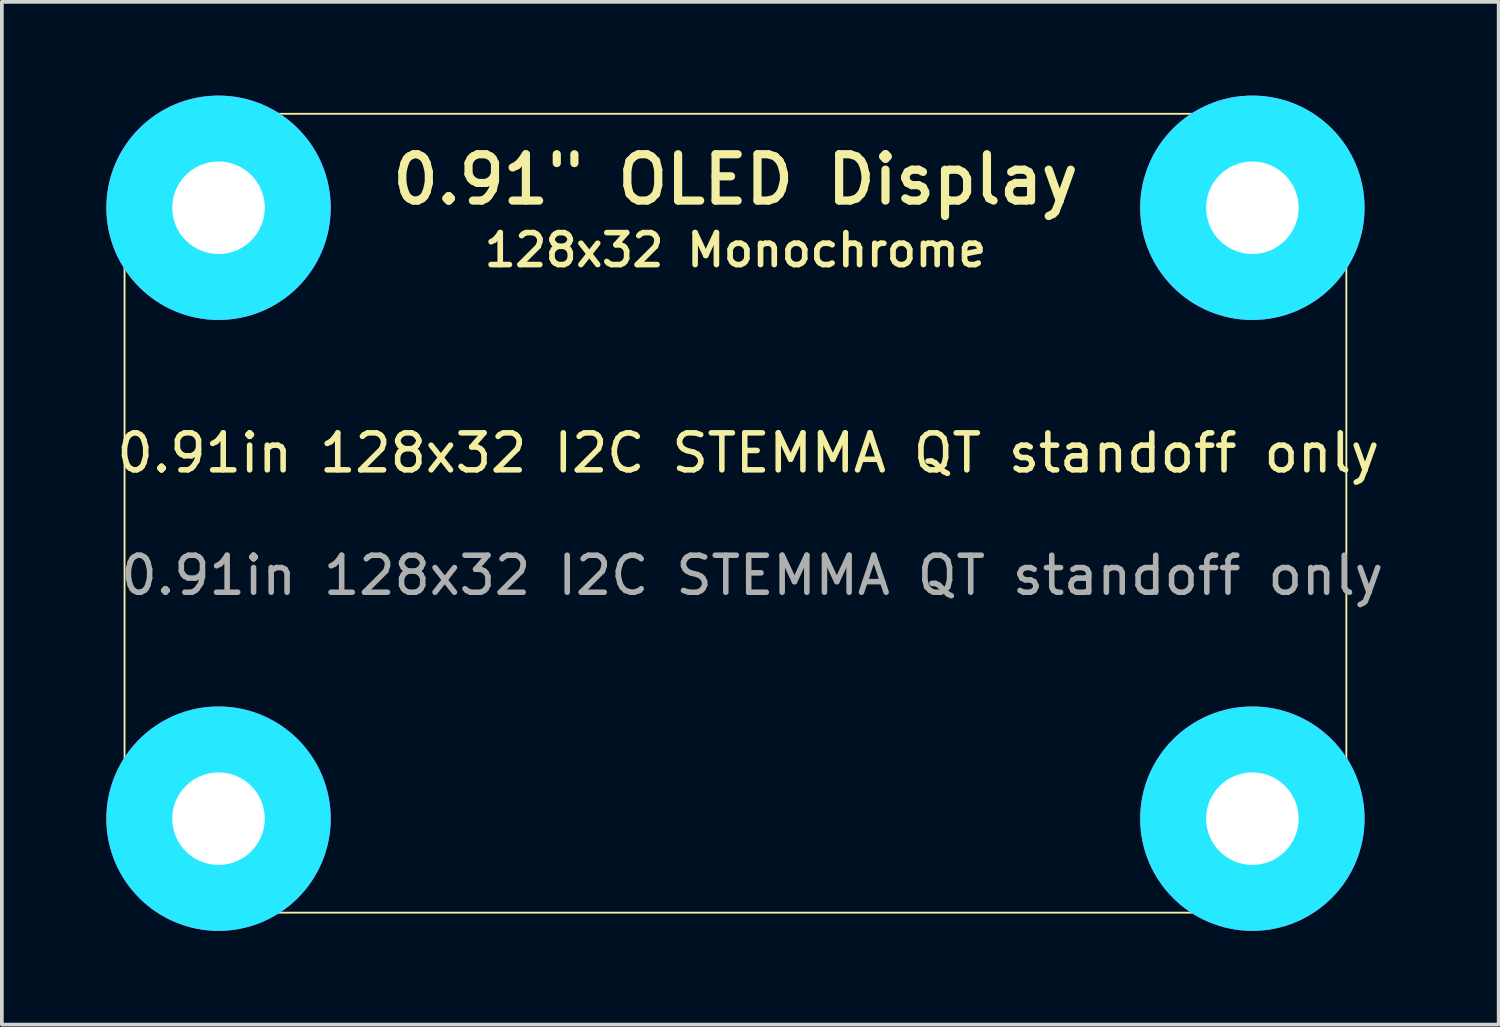
<source format=kicad_pcb>
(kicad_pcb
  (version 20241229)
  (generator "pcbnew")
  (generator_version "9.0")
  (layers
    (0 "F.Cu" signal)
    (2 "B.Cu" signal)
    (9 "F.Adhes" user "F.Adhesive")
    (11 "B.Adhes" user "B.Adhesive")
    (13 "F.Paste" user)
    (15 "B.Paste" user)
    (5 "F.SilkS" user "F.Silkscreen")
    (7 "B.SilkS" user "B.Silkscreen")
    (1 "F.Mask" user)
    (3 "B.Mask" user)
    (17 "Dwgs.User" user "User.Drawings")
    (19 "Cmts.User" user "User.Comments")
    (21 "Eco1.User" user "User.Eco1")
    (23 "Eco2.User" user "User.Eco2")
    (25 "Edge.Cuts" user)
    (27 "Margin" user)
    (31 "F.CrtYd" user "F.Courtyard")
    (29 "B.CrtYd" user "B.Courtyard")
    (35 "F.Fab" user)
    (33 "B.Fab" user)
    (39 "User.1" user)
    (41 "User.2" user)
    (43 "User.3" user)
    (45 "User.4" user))
  (footprint "0.91in 128x32 I2C STEMMA QT standoff only"
    (layer "F.Cu")
    (at 16.826 10.82)
    (property "Reference" "0.91in 128x32 I2C STEMMA QT standoff only" (at 0.347 -1.627 0) (unlocked yes) (layer "F.SilkS") (effects (font (size 1 1) (thickness 0.15))))
    (attr smd)
    (fp_line (start -16.51 -8.255) (end -16.51 8.255) (stroke (width 0.05) (type solid)) (layer "F.SilkS"))
    (fp_line (start -13.97 10.795) (end 13.97 10.795) (stroke (width 0.05) (type solid)) (layer "F.SilkS"))
    (fp_line (start 13.97 -10.795) (end -13.97 -10.795) (stroke (width 0.05) (type solid)) (layer "F.SilkS"))
    (fp_line (start 16.51 8.255) (end 16.51 -8.255) (stroke (width 0.05) (type solid)) (layer "F.SilkS"))
    (fp_arc (start -16.51 -8.255) (mid -15.766051 -10.051051) (end -13.97 -10.795) (stroke (width 0.05) (type solid)) (layer "F.SilkS"))
    (fp_arc (start -13.97 10.795) (mid -15.766051 10.051051) (end -16.51 8.255) (stroke (width 0.05) (type solid)) (layer "F.SilkS"))
    (fp_arc (start 13.97 -10.795) (mid 15.766051 -10.051051) (end 16.51 -8.255) (stroke (width 0.05) (type solid)) (layer "F.SilkS"))
    (fp_arc (start 16.51 8.255) (mid 15.766051 10.051051) (end 13.97 10.795) (stroke (width 0.05) (type solid)) (layer "F.SilkS"))
    (fp_circle (center -13.97 -8.255) (end -15.97 -8.255) (stroke (width 0.203) (type solid)) (fill no) (layer "F.SilkS"))
    (fp_circle (center -13.97 8.255) (end -15.97 8.255) (stroke (width 0.203) (type solid)) (fill no) (layer "F.SilkS"))
    (fp_circle (center 13.97 -8.255) (end 11.97 -8.255) (stroke (width 0.203) (type solid)) (fill no) (layer "F.SilkS"))
    (fp_circle (center 13.97 8.255) (end 11.97 8.255) (stroke (width 0.203) (type solid)) (fill no) (layer "F.SilkS"))
    (fp_circle (center -13.97 -8.255) (end -14.97 -8.255) (stroke (width 2.032) (type solid)) (fill no) (layer "B.CrtYd"))
    (fp_circle (center -13.97 8.255) (end -14.97 8.255) (stroke (width 2.032) (type solid)) (fill no) (layer "B.CrtYd"))
    (fp_circle (center 13.97 -8.255) (end 12.97 -8.255) (stroke (width 2.032) (type solid)) (fill no) (layer "B.CrtYd"))
    (fp_circle (center 13.97 8.255) (end 12.97 8.255) (stroke (width 2.032) (type solid)) (fill no) (layer "B.CrtYd"))
    (fp_circle (center -13.97 -8.255) (end -14.97 -8.255) (stroke (width 2.032) (type solid)) (fill no) (layer "F.CrtYd"))
    (fp_circle (center -13.97 8.255) (end -14.97 8.255) (stroke (width 2.032) (type solid)) (fill no) (layer "F.CrtYd"))
    (fp_circle (center 13.97 -8.255) (end 12.97 -8.255) (stroke (width 2.032) (type solid)) (fill no) (layer "F.CrtYd"))
    (fp_circle (center 13.97 8.255) (end 12.97 8.255) (stroke (width 2.032) (type solid)) (fill no) (layer "F.CrtYd"))
    (fp_text user "0.91\" OLED Display" (at 0 -9.017 0) (layer "F.SilkS") (effects (font (size 1.252 1.252) (thickness 0.221))))
    (fp_text user "128x32 Monochrome" (at 0 -7.112 0) (layer "F.SilkS") (effects (font (size 0.864 0.864) (thickness 0.152))))
    (fp_text user "${REFERENCE}" (at 0.453 1.68 0) (unlocked yes) (layer "F.Fab") (effects (font (size 1 1) (thickness 0.15))))
    (pad "P$1" thru_hole circle (at -13.97 -8.255 180) (size 3.2 3.2) (drill 2.5) (layers "*.Cu" "*.Mask"))
    (pad "P$1" thru_hole circle (at -13.97 8.255 180) (size 3.2 3.2) (drill 2.5) (layers "*.Cu" "*.Mask"))
    (pad "P$1" thru_hole circle (at 13.97 -8.255 180) (size 3.2 3.2) (drill 2.5) (layers "*.Cu" "*.Mask"))
    (pad "P$1" thru_hole circle (at 13.97 8.255 180) (size 3.2 3.2) (drill 2.5) (layers "*.Cu" "*.Mask"))
    (zone (net_name "") (layer "F.Cu") (hatch edge 0.508) (connect_pads) (min_thickness 0.254) (filled_areas_thickness no) (keepout (tracks not_allowed) (vias not_allowed) (pads not_allowed) (copperpour not_allowed) (footprints allowed)) (placement (enabled no)) (fill) (polygon (pts (xy 0.84 2.565) (xy 0.871 2.915) (xy 0.961 3.255) (xy 1.11 3.573) (xy 1.312 3.861) (xy 1.56 4.109) (xy 1.848 4.311) (xy 2.166 4.459) (xy 2.506 4.55) (xy 2.856 4.581) (xy 3.206 4.55) (xy 3.545 4.459) (xy 3.864 4.311) (xy 4.152 4.109) (xy 4.4 3.861) (xy 4.602 3.573) (xy 4.75 3.255) (xy 4.841 2.915) (xy 4.872 2.565) (xy 4.841 2.215) (xy 4.75 1.875) (xy 4.602 1.557) (xy 4.4 1.269) (xy 4.152 1.021) (xy 3.864 0.819) (xy 3.545 0.671) (xy 3.206 0.58) (xy 2.856 0.549) (xy 2.506 0.58) (xy 2.166 0.671) (xy 1.848 0.819) (xy 1.56 1.021) (xy 1.312 1.269) (xy 1.11 1.557) (xy 0.961 1.875) (xy 0.871 2.215))) (polygon (pts (xy 2.872 2.565) (xy 2.872 2.562) (xy 2.871 2.56) (xy 2.87 2.557) (xy 2.868 2.555) (xy 2.866 2.553) (xy 2.864 2.551) (xy 2.861 2.55) (xy 2.859 2.549) (xy 2.856 2.549) (xy 2.853 2.549) (xy 2.85 2.55) (xy 2.848 2.551) (xy 2.846 2.553) (xy 2.844 2.555) (xy 2.842 2.557) (xy 2.841 2.56) (xy 2.84 2.562) (xy 2.84 2.565) (xy 2.84 2.568) (xy 2.841 2.57) (xy 2.842 2.573) (xy 2.844 2.575) (xy 2.846 2.577) (xy 2.848 2.579) (xy 2.85 2.58) (xy 2.853 2.581) (xy 2.856 2.581) (xy 2.859 2.581) (xy 2.861 2.58) (xy 2.864 2.579) (xy 2.866 2.577) (xy 2.868 2.575) (xy 2.87 2.573) (xy 2.871 2.57) (xy 2.872 2.568))))
    (zone (net_name "") (layer "F.Cu") (hatch edge 0.508) (connect_pads) (min_thickness 0.254) (filled_areas_thickness no) (keepout (tracks not_allowed) (vias not_allowed) (pads not_allowed) (copperpour not_allowed) (footprints allowed)) (placement (enabled no)) (fill) (polygon (pts (xy 0.84 19.075) (xy 0.871 19.425) (xy 0.961 19.765) (xy 1.11 20.083) (xy 1.312 20.371) (xy 1.56 20.619) (xy 1.848 20.821) (xy 2.166 20.969) (xy 2.506 21.06) (xy 2.856 21.091) (xy 3.206 21.06) (xy 3.545 20.969) (xy 3.864 20.821) (xy 4.152 20.619) (xy 4.4 20.371) (xy 4.602 20.083) (xy 4.75 19.765) (xy 4.841 19.425) (xy 4.872 19.075) (xy 4.841 18.725) (xy 4.75 18.385) (xy 4.602 18.067) (xy 4.4 17.779) (xy 4.152 17.531) (xy 3.864 17.329) (xy 3.545 17.181) (xy 3.206 17.09) (xy 2.856 17.059) (xy 2.506 17.09) (xy 2.166 17.181) (xy 1.848 17.329) (xy 1.56 17.531) (xy 1.312 17.779) (xy 1.11 18.067) (xy 0.961 18.385) (xy 0.871 18.725))) (polygon (pts (xy 2.872 19.075) (xy 2.872 19.072) (xy 2.871 19.07) (xy 2.87 19.067) (xy 2.868 19.065) (xy 2.866 19.063) (xy 2.864 19.061) (xy 2.861 19.06) (xy 2.859 19.059) (xy 2.856 19.059) (xy 2.853 19.059) (xy 2.85 19.06) (xy 2.848 19.061) (xy 2.846 19.063) (xy 2.844 19.065) (xy 2.842 19.067) (xy 2.841 19.07) (xy 2.84 19.072) (xy 2.84 19.075) (xy 2.84 19.078) (xy 2.841 19.08) (xy 2.842 19.083) (xy 2.844 19.085) (xy 2.846 19.087) (xy 2.848 19.089) (xy 2.85 19.09) (xy 2.853 19.091) (xy 2.856 19.091) (xy 2.859 19.091) (xy 2.861 19.09) (xy 2.864 19.089) (xy 2.866 19.087) (xy 2.868 19.085) (xy 2.87 19.083) (xy 2.871 19.08) (xy 2.872 19.078))))
    (zone (net_name "") (layer "F.Cu") (hatch edge 0.508) (connect_pads) (min_thickness 0.254) (filled_areas_thickness no) (keepout (tracks not_allowed) (vias not_allowed) (pads not_allowed) (copperpour not_allowed) (footprints allowed)) (placement (enabled no)) (fill) (polygon (pts (xy 28.78 2.565) (xy 28.811 2.915) (xy 28.901 3.255) (xy 29.05 3.573) (xy 29.252 3.861) (xy 29.5 4.109) (xy 29.788 4.311) (xy 30.106 4.459) (xy 30.446 4.55) (xy 30.796 4.581) (xy 31.146 4.55) (xy 31.485 4.459) (xy 31.804 4.311) (xy 32.092 4.109) (xy 32.34 3.861) (xy 32.542 3.573) (xy 32.69 3.255) (xy 32.781 2.915) (xy 32.812 2.565) (xy 32.781 2.215) (xy 32.69 1.875) (xy 32.542 1.557) (xy 32.34 1.269) (xy 32.092 1.021) (xy 31.804 0.819) (xy 31.485 0.671) (xy 31.146 0.58) (xy 30.796 0.549) (xy 30.446 0.58) (xy 30.106 0.671) (xy 29.788 0.819) (xy 29.5 1.021) (xy 29.252 1.269) (xy 29.05 1.557) (xy 28.901 1.875) (xy 28.811 2.215))) (polygon (pts (xy 30.812 2.565) (xy 30.812 2.562) (xy 30.811 2.56) (xy 30.81 2.557) (xy 30.808 2.555) (xy 30.806 2.553) (xy 30.804 2.551) (xy 30.801 2.55) (xy 30.799 2.549) (xy 30.796 2.549) (xy 30.793 2.549) (xy 30.79 2.55) (xy 30.788 2.551) (xy 30.786 2.553) (xy 30.784 2.555) (xy 30.782 2.557) (xy 30.781 2.56) (xy 30.78 2.562) (xy 30.78 2.565) (xy 30.78 2.568) (xy 30.781 2.57) (xy 30.782 2.573) (xy 30.784 2.575) (xy 30.786 2.577) (xy 30.788 2.579) (xy 30.79 2.58) (xy 30.793 2.581) (xy 30.796 2.581) (xy 30.799 2.581) (xy 30.801 2.58) (xy 30.804 2.579) (xy 30.806 2.577) (xy 30.808 2.575) (xy 30.81 2.573) (xy 30.811 2.57) (xy 30.812 2.568))))
    (zone (net_name "") (layer "F.Cu") (hatch edge 0.508) (connect_pads) (min_thickness 0.254) (filled_areas_thickness no) (keepout (tracks not_allowed) (vias not_allowed) (pads not_allowed) (copperpour not_allowed) (footprints allowed)) (placement (enabled no)) (fill) (polygon (pts (xy 28.78 19.075) (xy 28.811 19.425) (xy 28.901 19.765) (xy 29.05 20.083) (xy 29.252 20.371) (xy 29.5 20.619) (xy 29.788 20.821) (xy 30.106 20.969) (xy 30.446 21.06) (xy 30.796 21.091) (xy 31.146 21.06) (xy 31.485 20.969) (xy 31.804 20.821) (xy 32.092 20.619) (xy 32.34 20.371) (xy 32.542 20.083) (xy 32.69 19.765) (xy 32.781 19.425) (xy 32.812 19.075) (xy 32.781 18.725) (xy 32.69 18.385) (xy 32.542 18.067) (xy 32.34 17.779) (xy 32.092 17.531) (xy 31.804 17.329) (xy 31.485 17.181) (xy 31.146 17.09) (xy 30.796 17.059) (xy 30.446 17.09) (xy 30.106 17.181) (xy 29.788 17.329) (xy 29.5 17.531) (xy 29.252 17.779) (xy 29.05 18.067) (xy 28.901 18.385) (xy 28.811 18.725))) (polygon (pts (xy 30.812 19.075) (xy 30.812 19.072) (xy 30.811 19.07) (xy 30.81 19.067) (xy 30.808 19.065) (xy 30.806 19.063) (xy 30.804 19.061) (xy 30.801 19.06) (xy 30.799 19.059) (xy 30.796 19.059) (xy 30.793 19.059) (xy 30.79 19.06) (xy 30.788 19.061) (xy 30.786 19.063) (xy 30.784 19.065) (xy 30.782 19.067) (xy 30.781 19.07) (xy 30.78 19.072) (xy 30.78 19.075) (xy 30.78 19.078) (xy 30.781 19.08) (xy 30.782 19.083) (xy 30.784 19.085) (xy 30.786 19.087) (xy 30.788 19.089) (xy 30.79 19.09) (xy 30.793 19.091) (xy 30.796 19.091) (xy 30.799 19.091) (xy 30.801 19.09) (xy 30.804 19.089) (xy 30.806 19.087) (xy 30.808 19.085) (xy 30.81 19.083) (xy 30.811 19.08) (xy 30.812 19.078))))
    (zone (net_name "") (layer "B.Cu") (hatch edge 0.508) (connect_pads) (min_thickness 0.254) (filled_areas_thickness no) (keepout (tracks not_allowed) (vias not_allowed) (pads not_allowed) (copperpour not_allowed) (footprints allowed)) (placement (enabled no)) (fill) (polygon (pts (xy 0.84 2.565) (xy 0.871 2.915) (xy 0.961 3.255) (xy 1.11 3.573) (xy 1.312 3.861) (xy 1.56 4.109) (xy 1.848 4.311) (xy 2.166 4.459) (xy 2.506 4.55) (xy 2.856 4.581) (xy 3.206 4.55) (xy 3.545 4.459) (xy 3.864 4.311) (xy 4.152 4.109) (xy 4.4 3.861) (xy 4.602 3.573) (xy 4.75 3.255) (xy 4.841 2.915) (xy 4.872 2.565) (xy 4.841 2.215) (xy 4.75 1.875) (xy 4.602 1.557) (xy 4.4 1.269) (xy 4.152 1.021) (xy 3.864 0.819) (xy 3.545 0.671) (xy 3.206 0.58) (xy 2.856 0.549) (xy 2.506 0.58) (xy 2.166 0.671) (xy 1.848 0.819) (xy 1.56 1.021) (xy 1.312 1.269) (xy 1.11 1.557) (xy 0.961 1.875) (xy 0.871 2.215))) (polygon (pts (xy 2.872 2.565) (xy 2.872 2.562) (xy 2.871 2.56) (xy 2.87 2.557) (xy 2.868 2.555) (xy 2.866 2.553) (xy 2.864 2.551) (xy 2.861 2.55) (xy 2.859 2.549) (xy 2.856 2.549) (xy 2.853 2.549) (xy 2.85 2.55) (xy 2.848 2.551) (xy 2.846 2.553) (xy 2.844 2.555) (xy 2.842 2.557) (xy 2.841 2.56) (xy 2.84 2.562) (xy 2.84 2.565) (xy 2.84 2.568) (xy 2.841 2.57) (xy 2.842 2.573) (xy 2.844 2.575) (xy 2.846 2.577) (xy 2.848 2.579) (xy 2.85 2.58) (xy 2.853 2.581) (xy 2.856 2.581) (xy 2.859 2.581) (xy 2.861 2.58) (xy 2.864 2.579) (xy 2.866 2.577) (xy 2.868 2.575) (xy 2.87 2.573) (xy 2.871 2.57) (xy 2.872 2.568))))
    (zone (net_name "") (layer "B.Cu") (hatch edge 0.508) (connect_pads) (min_thickness 0.254) (filled_areas_thickness no) (keepout (tracks not_allowed) (vias not_allowed) (pads not_allowed) (copperpour not_allowed) (footprints allowed)) (placement (enabled no)) (fill) (polygon (pts (xy 0.84 19.075) (xy 0.871 19.425) (xy 0.961 19.765) (xy 1.11 20.083) (xy 1.312 20.371) (xy 1.56 20.619) (xy 1.848 20.821) (xy 2.166 20.969) (xy 2.506 21.06) (xy 2.856 21.091) (xy 3.206 21.06) (xy 3.545 20.969) (xy 3.864 20.821) (xy 4.152 20.619) (xy 4.4 20.371) (xy 4.602 20.083) (xy 4.75 19.765) (xy 4.841 19.425) (xy 4.872 19.075) (xy 4.841 18.725) (xy 4.75 18.385) (xy 4.602 18.067) (xy 4.4 17.779) (xy 4.152 17.531) (xy 3.864 17.329) (xy 3.545 17.181) (xy 3.206 17.09) (xy 2.856 17.059) (xy 2.506 17.09) (xy 2.166 17.181) (xy 1.848 17.329) (xy 1.56 17.531) (xy 1.312 17.779) (xy 1.11 18.067) (xy 0.961 18.385) (xy 0.871 18.725))) (polygon (pts (xy 2.872 19.075) (xy 2.872 19.072) (xy 2.871 19.07) (xy 2.87 19.067) (xy 2.868 19.065) (xy 2.866 19.063) (xy 2.864 19.061) (xy 2.861 19.06) (xy 2.859 19.059) (xy 2.856 19.059) (xy 2.853 19.059) (xy 2.85 19.06) (xy 2.848 19.061) (xy 2.846 19.063) (xy 2.844 19.065) (xy 2.842 19.067) (xy 2.841 19.07) (xy 2.84 19.072) (xy 2.84 19.075) (xy 2.84 19.078) (xy 2.841 19.08) (xy 2.842 19.083) (xy 2.844 19.085) (xy 2.846 19.087) (xy 2.848 19.089) (xy 2.85 19.09) (xy 2.853 19.091) (xy 2.856 19.091) (xy 2.859 19.091) (xy 2.861 19.09) (xy 2.864 19.089) (xy 2.866 19.087) (xy 2.868 19.085) (xy 2.87 19.083) (xy 2.871 19.08) (xy 2.872 19.078))))
    (zone (net_name "") (layer "B.Cu") (hatch edge 0.508) (connect_pads) (min_thickness 0.254) (filled_areas_thickness no) (keepout (tracks not_allowed) (vias not_allowed) (pads not_allowed) (copperpour not_allowed) (footprints allowed)) (placement (enabled no)) (fill) (polygon (pts (xy 28.78 2.565) (xy 28.811 2.915) (xy 28.901 3.255) (xy 29.05 3.573) (xy 29.252 3.861) (xy 29.5 4.109) (xy 29.788 4.311) (xy 30.106 4.459) (xy 30.446 4.55) (xy 30.796 4.581) (xy 31.146 4.55) (xy 31.485 4.459) (xy 31.804 4.311) (xy 32.092 4.109) (xy 32.34 3.861) (xy 32.542 3.573) (xy 32.69 3.255) (xy 32.781 2.915) (xy 32.812 2.565) (xy 32.781 2.215) (xy 32.69 1.875) (xy 32.542 1.557) (xy 32.34 1.269) (xy 32.092 1.021) (xy 31.804 0.819) (xy 31.485 0.671) (xy 31.146 0.58) (xy 30.796 0.549) (xy 30.446 0.58) (xy 30.106 0.671) (xy 29.788 0.819) (xy 29.5 1.021) (xy 29.252 1.269) (xy 29.05 1.557) (xy 28.901 1.875) (xy 28.811 2.215))) (polygon (pts (xy 30.812 2.565) (xy 30.812 2.562) (xy 30.811 2.56) (xy 30.81 2.557) (xy 30.808 2.555) (xy 30.806 2.553) (xy 30.804 2.551) (xy 30.801 2.55) (xy 30.799 2.549) (xy 30.796 2.549) (xy 30.793 2.549) (xy 30.79 2.55) (xy 30.788 2.551) (xy 30.786 2.553) (xy 30.784 2.555) (xy 30.782 2.557) (xy 30.781 2.56) (xy 30.78 2.562) (xy 30.78 2.565) (xy 30.78 2.568) (xy 30.781 2.57) (xy 30.782 2.573) (xy 30.784 2.575) (xy 30.786 2.577) (xy 30.788 2.579) (xy 30.79 2.58) (xy 30.793 2.581) (xy 30.796 2.581) (xy 30.799 2.581) (xy 30.801 2.58) (xy 30.804 2.579) (xy 30.806 2.577) (xy 30.808 2.575) (xy 30.81 2.573) (xy 30.811 2.57) (xy 30.812 2.568))))
    (zone (net_name "") (layer "B.Cu") (hatch edge 0.508) (connect_pads) (min_thickness 0.254) (filled_areas_thickness no) (keepout (tracks not_allowed) (vias not_allowed) (pads not_allowed) (copperpour not_allowed) (footprints allowed)) (placement (enabled no)) (fill) (polygon (pts (xy 28.78 19.075) (xy 28.811 19.425) (xy 28.901 19.765) (xy 29.05 20.083) (xy 29.252 20.371) (xy 29.5 20.619) (xy 29.788 20.821) (xy 30.106 20.969) (xy 30.446 21.06) (xy 30.796 21.091) (xy 31.146 21.06) (xy 31.485 20.969) (xy 31.804 20.821) (xy 32.092 20.619) (xy 32.34 20.371) (xy 32.542 20.083) (xy 32.69 19.765) (xy 32.781 19.425) (xy 32.812 19.075) (xy 32.781 18.725) (xy 32.69 18.385) (xy 32.542 18.067) (xy 32.34 17.779) (xy 32.092 17.531) (xy 31.804 17.329) (xy 31.485 17.181) (xy 31.146 17.09) (xy 30.796 17.059) (xy 30.446 17.09) (xy 30.106 17.181) (xy 29.788 17.329) (xy 29.5 17.531) (xy 29.252 17.779) (xy 29.05 18.067) (xy 28.901 18.385) (xy 28.811 18.725))) (polygon (pts (xy 30.812 19.075) (xy 30.812 19.072) (xy 30.811 19.07) (xy 30.81 19.067) (xy 30.808 19.065) (xy 30.806 19.063) (xy 30.804 19.061) (xy 30.801 19.06) (xy 30.799 19.059) (xy 30.796 19.059) (xy 30.793 19.059) (xy 30.79 19.06) (xy 30.788 19.061) (xy 30.786 19.063) (xy 30.784 19.065) (xy 30.782 19.067) (xy 30.781 19.07) (xy 30.78 19.072) (xy 30.78 19.075) (xy 30.78 19.078) (xy 30.781 19.08) (xy 30.782 19.083) (xy 30.784 19.085) (xy 30.786 19.087) (xy 30.788 19.089) (xy 30.79 19.09) (xy 30.793 19.091) (xy 30.796 19.091) (xy 30.799 19.091) (xy 30.801 19.09) (xy 30.804 19.089) (xy 30.806 19.087) (xy 30.808 19.085) (xy 30.81 19.083) (xy 30.811 19.08) (xy 30.812 19.078)))))
  (gr_rect
    (start -3 -3)
    (end 37.452 24.64)
    (stroke (width 0.1) (type default))
    (fill no)
    (layer "Edge.Cuts")))
</source>
